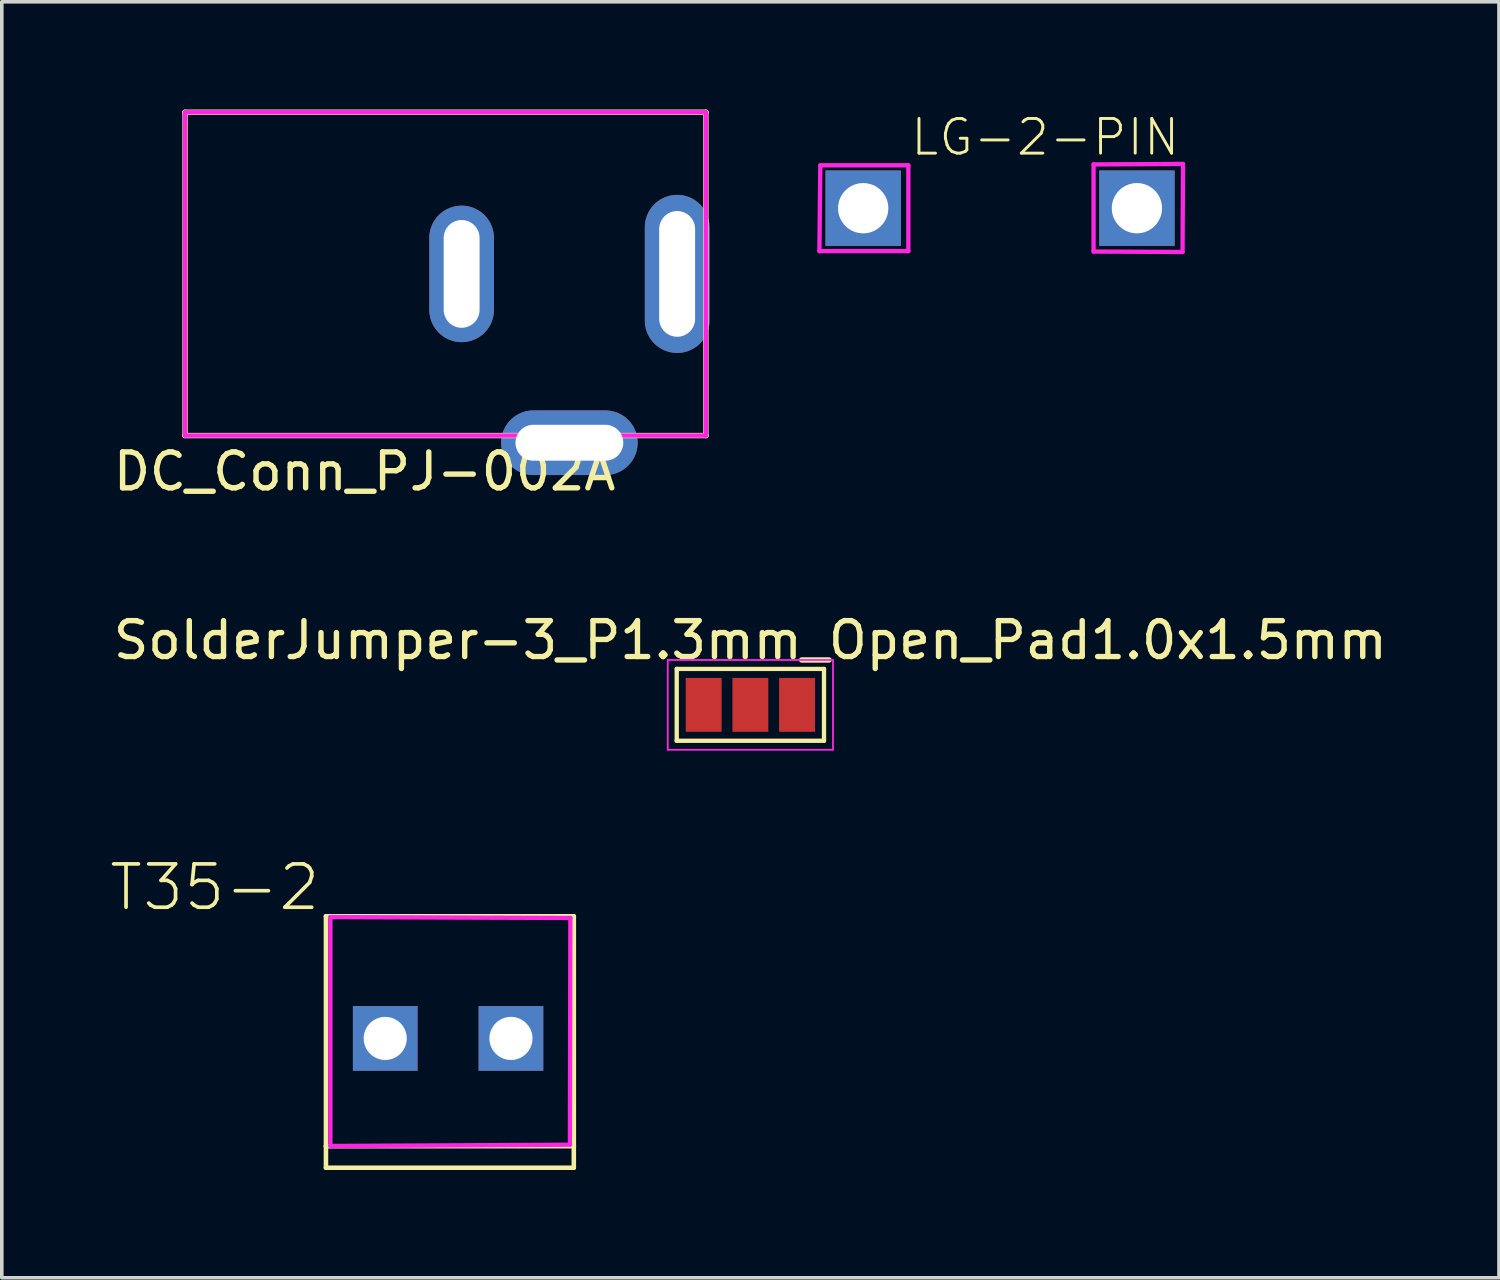
<source format=kicad_pcb>
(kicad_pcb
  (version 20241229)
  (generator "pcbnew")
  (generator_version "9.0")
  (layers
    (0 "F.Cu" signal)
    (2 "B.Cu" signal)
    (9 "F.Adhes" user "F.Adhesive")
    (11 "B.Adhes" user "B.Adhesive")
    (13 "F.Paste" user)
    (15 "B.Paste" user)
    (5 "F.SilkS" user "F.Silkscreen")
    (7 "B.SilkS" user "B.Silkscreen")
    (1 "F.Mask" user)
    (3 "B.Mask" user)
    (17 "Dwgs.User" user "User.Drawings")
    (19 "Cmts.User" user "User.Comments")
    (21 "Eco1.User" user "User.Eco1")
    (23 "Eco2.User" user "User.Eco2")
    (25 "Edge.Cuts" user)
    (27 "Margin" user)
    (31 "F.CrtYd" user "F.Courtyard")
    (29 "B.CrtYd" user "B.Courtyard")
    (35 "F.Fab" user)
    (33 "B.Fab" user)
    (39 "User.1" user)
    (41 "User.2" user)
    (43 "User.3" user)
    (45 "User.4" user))
  (footprint "T35-2"
    (layer "F.Cu")
    (at 9.424 25.858)
    (property "Reference" "T35-2" (at -3.5 -3.5 180) (layer "F.SilkS") (effects (font (size 1.206 1.206) (thickness 0.102)) (justify right bottom)))
    (attr through_hole)
    (fp_line (start -3.4 -3.4) (end -3.4 3) (stroke (width 0.127) (type solid)) (layer "F.SilkS"))
    (fp_line (start -3.4 3) (end -3.4 3.6) (stroke (width 0.127) (type solid)) (layer "F.SilkS"))
    (fp_line (start -3.4 3.6) (end 3.5 3.6) (stroke (width 0.127) (type solid)) (layer "F.SilkS"))
    (fp_line (start 3.5 -3.4) (end -3.4 -3.4) (stroke (width 0.127) (type solid)) (layer "F.SilkS"))
    (fp_line (start 3.5 3) (end -3.4 3) (stroke (width 0.127) (type solid)) (layer "F.SilkS"))
    (fp_line (start 3.5 3) (end 3.5 -3.4) (stroke (width 0.127) (type solid)) (layer "F.SilkS"))
    (fp_line (start 3.5 3.6) (end 3.5 3) (stroke (width 0.127) (type solid)) (layer "F.SilkS"))
    (fp_line (start -3.277 -3.378) (end 3.404 -3.353) (stroke (width 0.12) (type solid)) (layer "F.CrtYd"))
    (fp_line (start -3.277 2.997) (end -3.277 -3.378) (stroke (width 0.12) (type solid)) (layer "F.CrtYd"))
    (fp_line (start 3.391 2.959) (end -3.277 2.997) (stroke (width 0.12) (type solid)) (layer "F.CrtYd"))
    (fp_line (start 3.404 -3.353) (end 3.391 2.959) (stroke (width 0.12) (type solid)) (layer "F.CrtYd"))
    (pad "1" thru_hole rect (at 1.75 0) (size 1.8 1.8) (drill 1.2) (layers "*.Cu" "*.Mask"))
    (pad "2" thru_hole rect (at -1.75 0) (size 1.8 1.8) (drill 1.2) (layers "*.Cu" "*.Mask")))
  (footprint "DC_Conn_PJ-002A"
    (layer "F.Cu")
    (at 2.101 4.575)
    (property "Reference" "DC_Conn_PJ-002A" (at 5 5.5 0) (layer "F.SilkS") (effects (font (size 1 1) (thickness 0.15))))
    (attr through_hole)
    (fp_line (start 0 -4.5) (end 0 4.5) (stroke (width 0.15) (type solid)) (layer "F.SilkS"))
    (fp_line (start 0 4.5) (end 14.5 4.5) (stroke (width 0.15) (type solid)) (layer "F.SilkS"))
    (fp_line (start 14.5 -4.5) (end 0 -4.5) (stroke (width 0.15) (type solid)) (layer "F.SilkS"))
    (fp_line (start 14.5 4.5) (end 14.5 -4.5) (stroke (width 0.15) (type solid)) (layer "F.SilkS"))
    (fp_line (start 0 -4.5) (end 0 4.5) (stroke (width 0.12) (type solid)) (layer "F.CrtYd"))
    (fp_line (start 0 4.5) (end 14.5 4.5) (stroke (width 0.12) (type solid)) (layer "F.CrtYd"))
    (fp_line (start 14.5 -4.5) (end 0 -4.5) (stroke (width 0.12) (type solid)) (layer "F.CrtYd"))
    (fp_line (start 14.5 4.5) (end 14.5 -4.5) (stroke (width 0.12) (type solid)) (layer "F.CrtYd"))
    (pad "1" thru_hole oval (at 13.7 0) (size 1.8 4.4) (drill oval 1 3.5) (layers "*.Cu" "*.Mask"))
    (pad "2" thru_hole oval (at 7.7 0) (size 1.8 3.8) (drill oval 1 3) (layers "*.Cu" "*.Mask"))
    (pad "3" thru_hole oval (at 10.7 4.7) (size 3.8 1.8) (drill oval 3 1) (layers "*.Cu" "*.Mask")))
  (footprint "SolderJumper-3_P1.3mm_Open_Pad1.0x1.5mm"
    (layer "F.Cu")
    (at 17.839 16.572)
    (property "Reference" "SolderJumper-3_P1.3mm_Open_Pad1.0x1.5mm" (at 0 -1.8 0) (layer "F.SilkS") (effects (font (size 1 1) (thickness 0.15))))
    (attr exclude_from_pos_files exclude_from_bom)
    (fp_line (start -2.05 -1) (end 2.05 -1) (stroke (width 0.12) (type solid)) (layer "F.SilkS"))
    (fp_line (start -2.05 1) (end -2.05 -1) (stroke (width 0.12) (type solid)) (layer "F.SilkS"))
    (fp_line (start 2.05 -1) (end 2.05 1) (stroke (width 0.12) (type solid)) (layer "F.SilkS"))
    (fp_line (start 2.05 1) (end -2.05 1) (stroke (width 0.12) (type solid)) (layer "F.SilkS"))
    (fp_line (start -2.3 -1.25) (end -2.3 1.25) (stroke (width 0.05) (type solid)) (layer "F.CrtYd"))
    (fp_line (start -2.3 -1.25) (end 2.3 -1.25) (stroke (width 0.05) (type solid)) (layer "F.CrtYd"))
    (fp_line (start 2.3 1.25) (end -2.3 1.25) (stroke (width 0.05) (type solid)) (layer "F.CrtYd"))
    (fp_line (start 2.3 1.25) (end 2.3 -1.25) (stroke (width 0.05) (type solid)) (layer "F.CrtYd"))
    (pad "1" smd rect (at -1.3 0) (size 1 1.5) (layers "F.Cu" "F.Mask"))
    (pad "2" smd rect (at 0 0) (size 1 1.5) (layers "F.Cu" "F.Mask"))
    (pad "3" smd rect (at 1.3 0) (size 1 1.5) (layers "F.Cu" "F.Mask")))
  (footprint "LG-2-PIN"
    (layer "F.Cu")
    (at 24.79 2.746)
    (property "Reference" "LG-2-PIN" (at -2.54 -2.54 180) (layer "F.SilkS") (effects (font (size 0.965 0.965) (thickness 0.081)) (justify left top)))
    (attr through_hole)
    (fp_line (start -5.029 1.194) (end -5.004 -1.194) (stroke (width 0.12) (type solid)) (layer "F.CrtYd"))
    (fp_line (start -5.004 -1.194) (end -2.553 -1.194) (stroke (width 0.12) (type solid)) (layer "F.CrtYd"))
    (fp_line (start -2.553 -1.194) (end -2.553 1.194) (stroke (width 0.12) (type solid)) (layer "F.CrtYd"))
    (fp_line (start -2.553 1.194) (end -5.029 1.194) (stroke (width 0.12) (type solid)) (layer "F.CrtYd"))
    (fp_line (start 2.603 -1.219) (end 5.093 -1.232) (stroke (width 0.12) (type solid)) (layer "F.CrtYd"))
    (fp_line (start 2.603 1.206) (end 2.603 -1.219) (stroke (width 0.12) (type solid)) (layer "F.CrtYd"))
    (fp_line (start 5.08 1.219) (end 2.603 1.206) (stroke (width 0.12) (type solid)) (layer "F.CrtYd"))
    (fp_line (start 5.093 -1.232) (end 5.08 1.219) (stroke (width 0.12) (type solid)) (layer "F.CrtYd"))
    (pad "1" thru_hole rect (at -3.81 0) (size 2.1 2.1) (drill 1.4) (layers "*.Cu" "*.Mask"))
    (pad "2" thru_hole rect (at 3.81 0) (size 2.1 2.1) (drill 1.4) (layers "*.Cu" "*.Mask")))
  (gr_rect
    (start -3 -3)
    (end 38.679 32.521)
    (stroke (width 0.1) (type default))
    (fill no)
    (layer "Edge.Cuts")))
</source>
